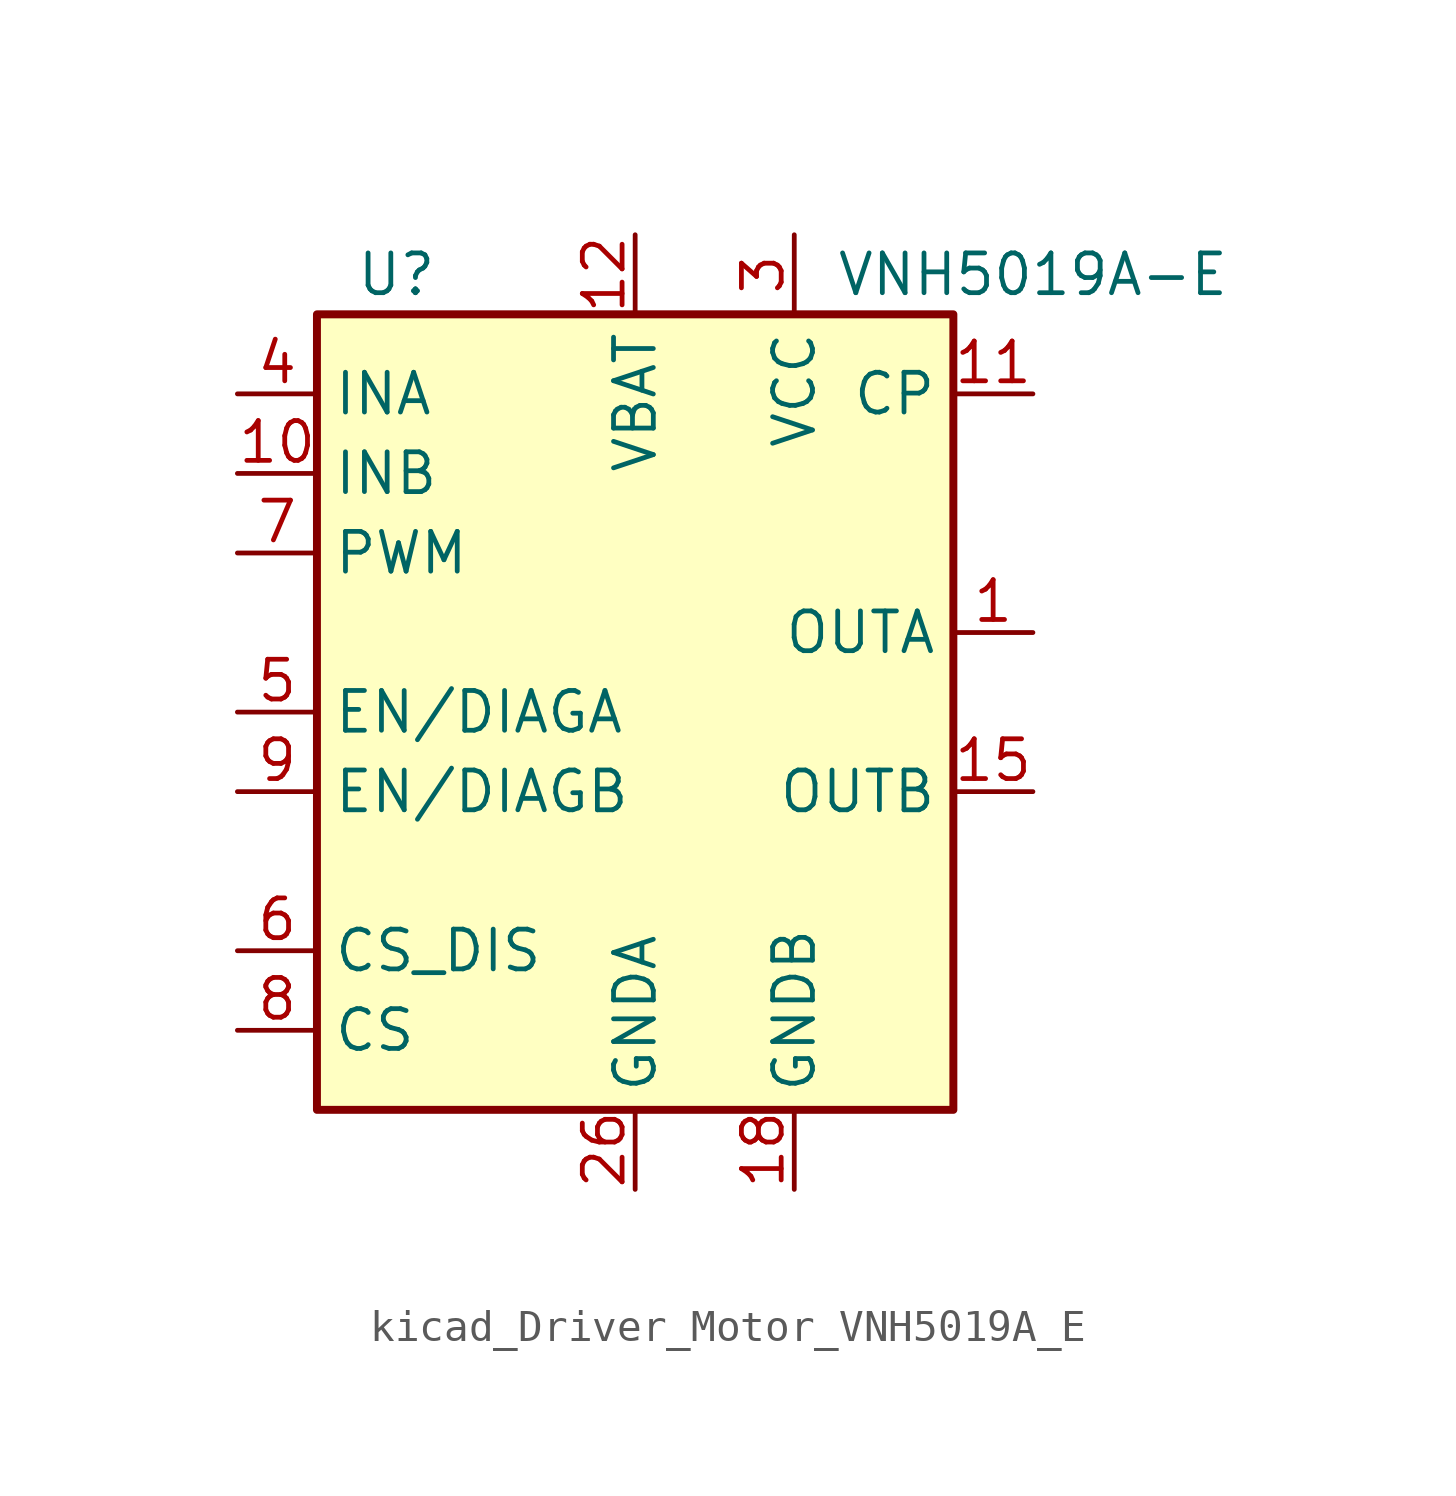
<source format=kicad_sym>
(kicad_symbol_lib
  (version 20220914)
  (generator kicad_symbol_editor)
  (symbol "kicad_Driver_Motor_VNH5019A_E"
    (property "Reference" "U"
      (at -7.62 13.97 0)
      (effects (font (size 1.27 1.27))))
    (property "Value" "VNH5019A-E"
      (at 12.7 13.97 0)
      (effects (font (size 1.27 1.27))))
    (symbol "kicad_Driver_Motor_VNH5019A_E_0_1"
      (rectangle (start -10.16 12.7) (end 10.16 -12.7) (stroke (width 0.254) (type default)) (fill (type background))))
    (symbol "kicad_Driver_Motor_VNH5019A_E_1_1"
      (pin output line (at 12.7 2.54 180) (length 2.54) (name "OUTA" (effects (font (size 1.27 1.27)))) (number "1" (effects (font (size 1.27 1.27)))))
      (pin input line (at -12.7 7.62 0) (length 2.54) (name "INB" (effects (font (size 1.27 1.27)))) (number "10" (effects (font (size 1.27 1.27)))))
      (pin output line (at 12.7 10.16 180) (length 2.54) (name "CP" (effects (font (size 1.27 1.27)))) (number "11" (effects (font (size 1.27 1.27)))))
      (pin power_in line (at 0 15.24 270) (length 2.54) (name "VBAT" (effects (font (size 1.27 1.27)))) (number "12" (effects (font (size 1.27 1.27)))))
      (pin passive line (at 5.08 15.24 270) (length 2.54) hide (name "VCC" (effects (font (size 1.27 1.27)))) (number "13" (effects (font (size 1.27 1.27)))))
      (pin no_connect line (at 10.16 -10.16 180) (length 2.54) hide (name "NC" (effects (font (size 1.27 1.27)))) (number "14" (effects (font (size 1.27 1.27)))))
      (pin output line (at 12.7 -2.54 180) (length 2.54) (name "OUTB" (effects (font (size 1.27 1.27)))) (number "15" (effects (font (size 1.27 1.27)))))
      (pin passive line (at 12.7 -2.54 180) (length 2.54) hide (name "OUTB" (effects (font (size 1.27 1.27)))) (number "16" (effects (font (size 1.27 1.27)))))
      (pin no_connect line (at 10.16 -5.08 180) (length 2.54) hide (name "NC" (effects (font (size 1.27 1.27)))) (number "17" (effects (font (size 1.27 1.27)))))
      (pin power_in line (at 5.08 -15.24 90) (length 2.54) (name "GNDB" (effects (font (size 1.27 1.27)))) (number "18" (effects (font (size 1.27 1.27)))))
      (pin passive line (at 5.08 -15.24 90) (length 2.54) hide (name "GNDB" (effects (font (size 1.27 1.27)))) (number "19" (effects (font (size 1.27 1.27)))))
      (pin no_connect line (at 10.16 -7.62 180) (length 2.54) hide (name "NC" (effects (font (size 1.27 1.27)))) (number "2" (effects (font (size 1.27 1.27)))))
      (pin passive line (at 5.08 -15.24 90) (length 2.54) hide (name "GNDB" (effects (font (size 1.27 1.27)))) (number "20" (effects (font (size 1.27 1.27)))))
      (pin passive line (at 12.7 -2.54 180) (length 2.54) hide (name "OUTB" (effects (font (size 1.27 1.27)))) (number "21" (effects (font (size 1.27 1.27)))))
      (pin no_connect line (at 10.16 0 180) (length 2.54) hide (name "NC" (effects (font (size 1.27 1.27)))) (number "22" (effects (font (size 1.27 1.27)))))
      (pin passive line (at 5.08 15.24 270) (length 2.54) hide (name "VCC" (effects (font (size 1.27 1.27)))) (number "23" (effects (font (size 1.27 1.27)))))
      (pin no_connect line (at 10.16 5.08 180) (length 2.54) hide (name "NC" (effects (font (size 1.27 1.27)))) (number "24" (effects (font (size 1.27 1.27)))))
      (pin passive line (at 12.7 2.54 180) (length 2.54) hide (name "OUTA" (effects (font (size 1.27 1.27)))) (number "25" (effects (font (size 1.27 1.27)))))
      (pin power_in line (at 0 -15.24 90) (length 2.54) (name "GNDA" (effects (font (size 1.27 1.27)))) (number "26" (effects (font (size 1.27 1.27)))))
      (pin passive line (at 0 -15.24 90) (length 2.54) hide (name "GNDA" (effects (font (size 1.27 1.27)))) (number "27" (effects (font (size 1.27 1.27)))))
      (pin passive line (at 0 -15.24 90) (length 2.54) hide (name "GNDA" (effects (font (size 1.27 1.27)))) (number "28" (effects (font (size 1.27 1.27)))))
      (pin no_connect line (at 10.16 7.62 180) (length 2.54) hide (name "NC" (effects (font (size 1.27 1.27)))) (number "29" (effects (font (size 1.27 1.27)))))
      (pin power_in line (at 5.08 15.24 270) (length 2.54) (name "VCC" (effects (font (size 1.27 1.27)))) (number "3" (effects (font (size 1.27 1.27)))))
      (pin passive line (at 12.7 2.54 180) (length 2.54) hide (name "OUTA" (effects (font (size 1.27 1.27)))) (number "30" (effects (font (size 1.27 1.27)))))
      (pin passive line (at 5.08 15.24 270) (length 2.54) hide (name "VCC" (effects (font (size 1.27 1.27)))) (number "31" (effects (font (size 1.27 1.27)))))
      (pin passive line (at 12.7 -2.54 180) (length 2.54) hide (name "OUTB" (effects (font (size 1.27 1.27)))) (number "32" (effects (font (size 1.27 1.27)))))
      (pin passive line (at 12.7 2.54 180) (length 2.54) hide (name "OUTA" (effects (font (size 1.27 1.27)))) (number "33" (effects (font (size 1.27 1.27)))))
      (pin input line (at -12.7 10.16 0) (length 2.54) (name "INA" (effects (font (size 1.27 1.27)))) (number "4" (effects (font (size 1.27 1.27)))))
      (pin open_collector line (at -12.7 0 0) (length 2.54) (name "EN/DIAGA" (effects (font (size 1.27 1.27)))) (number "5" (effects (font (size 1.27 1.27)))))
      (pin input line (at -12.7 -7.62 0) (length 2.54) (name "CS_DIS" (effects (font (size 1.27 1.27)))) (number "6" (effects (font (size 1.27 1.27)))))
      (pin input line (at -12.7 5.08 0) (length 2.54) (name "PWM" (effects (font (size 1.27 1.27)))) (number "7" (effects (font (size 1.27 1.27)))))
      (pin output line (at -12.7 -10.16 0) (length 2.54) (name "CS" (effects (font (size 1.27 1.27)))) (number "8" (effects (font (size 1.27 1.27)))))
      (pin open_collector line (at -12.7 -2.54 0) (length 2.54) (name "EN/DIAGB" (effects (font (size 1.27 1.27)))) (number "9" (effects (font (size 1.27 1.27))))))))
</source>
